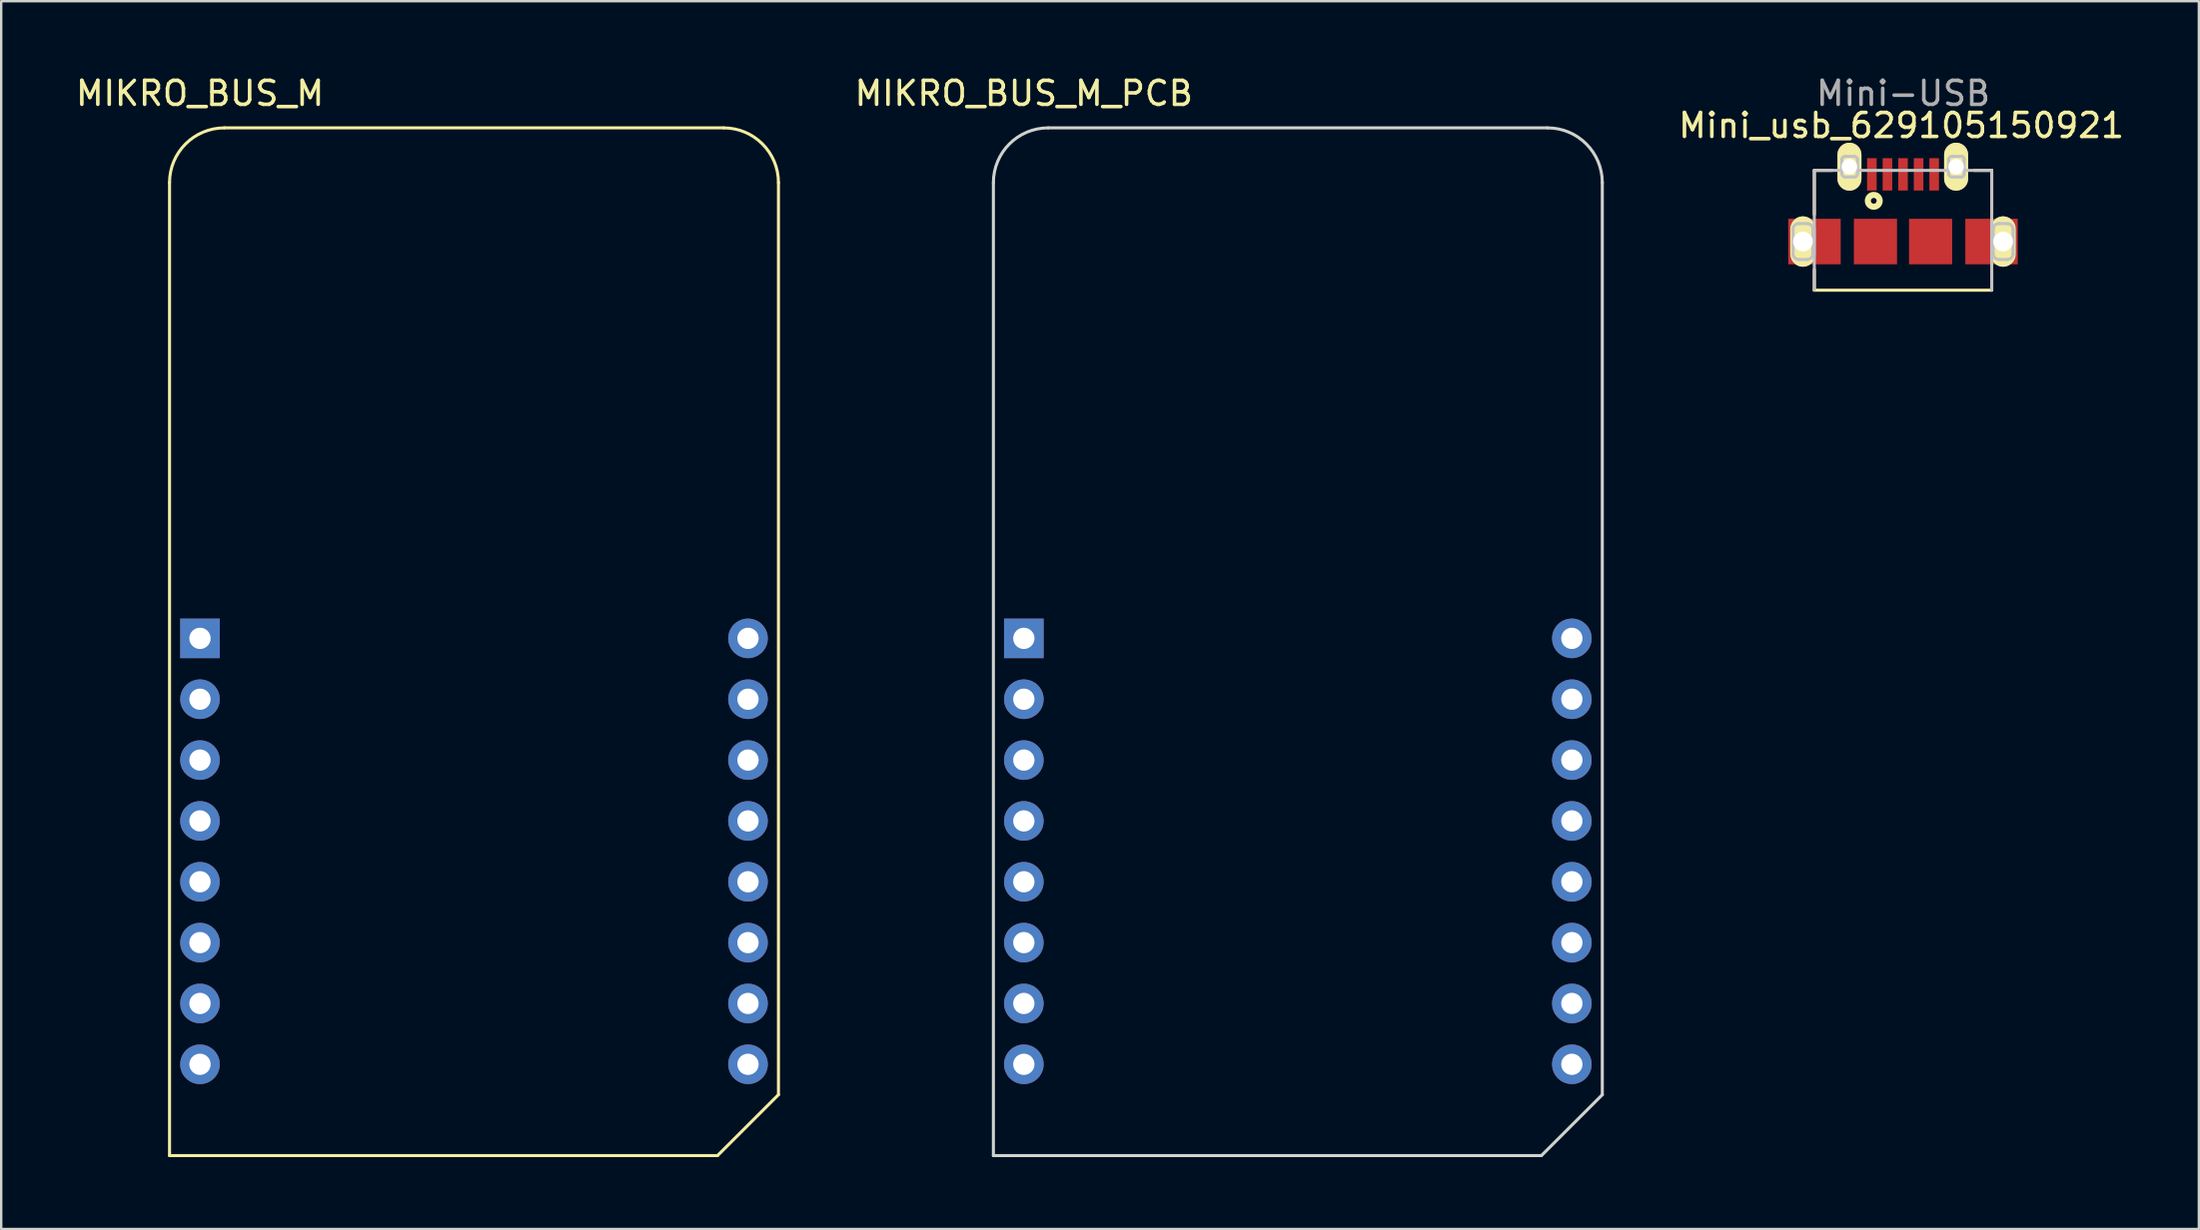
<source format=kicad_pcb>
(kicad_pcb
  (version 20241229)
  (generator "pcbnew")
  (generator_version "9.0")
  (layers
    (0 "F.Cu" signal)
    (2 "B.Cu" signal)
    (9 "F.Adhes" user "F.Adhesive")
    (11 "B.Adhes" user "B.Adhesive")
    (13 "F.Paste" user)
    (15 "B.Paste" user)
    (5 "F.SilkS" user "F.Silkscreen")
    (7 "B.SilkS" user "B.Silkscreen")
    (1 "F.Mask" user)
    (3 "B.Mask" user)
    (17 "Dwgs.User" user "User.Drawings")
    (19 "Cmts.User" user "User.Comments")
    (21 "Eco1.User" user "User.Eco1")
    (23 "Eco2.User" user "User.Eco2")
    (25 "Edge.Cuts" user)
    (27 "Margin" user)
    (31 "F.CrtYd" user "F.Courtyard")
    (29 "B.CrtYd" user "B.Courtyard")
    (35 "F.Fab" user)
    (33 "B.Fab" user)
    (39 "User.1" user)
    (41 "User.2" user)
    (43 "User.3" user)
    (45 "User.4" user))
  (footprint "Mini_usb_629105150921"
    (layer "F.Cu")
    (at 76.272 6.908)
    (property "Reference" "Mini_usb_629105150921" (at -0.01 -4.72 0) (layer "F.SilkS") (effects (font (size 1 1) (thickness 0.15))))
    (attr smd)
    (fp_line (start -3.64 -2.845) (end -3.64 -1.005) (stroke (width 0.127) (type solid)) (layer "F.SilkS"))
    (fp_line (start -3.64 1.295) (end -3.64 2.155) (stroke (width 0.127) (type solid)) (layer "F.SilkS"))
    (fp_line (start -3.64 2.155) (end 3.76 2.155) (stroke (width 0.127) (type solid)) (layer "F.SilkS"))
    (fp_line (start -2.9 -2.845) (end -3.64 -2.845) (stroke (width 0.127) (type solid)) (layer "F.SilkS"))
    (fp_line (start 3.025 -2.845) (end 3.76 -2.845) (stroke (width 0.127) (type solid)) (layer "F.SilkS"))
    (fp_line (start 3.76 -2.845) (end 3.76 -1.015) (stroke (width 0.127) (type solid)) (layer "F.SilkS"))
    (fp_line (start 3.76 1.285) (end 3.76 2.155) (stroke (width 0.127) (type solid)) (layer "F.SilkS"))
    (fp_circle (center -1.16 -1.575) (end -1.04 -1.575) (stroke (width 0.254) (type solid)) (fill no) (layer "F.SilkS"))
    (fp_line (start -4.527 -0.395) (end -4.527 0.665) (stroke (width 0.127) (type solid)) (layer "Dwgs.User"))
    (fp_line (start -4.29 -0.625) (end -4.26 -0.625) (stroke (width 0.127) (type solid)) (layer "Dwgs.User"))
    (fp_line (start -4.29 0.875) (end -3.94 0.875) (stroke (width 0.127) (type solid)) (layer "Dwgs.User"))
    (fp_line (start -4.25 -0.625) (end -3.94 -0.625) (stroke (width 0.127) (type solid)) (layer "Dwgs.User"))
    (fp_line (start -3.703 -0.395) (end -3.703 0.655) (stroke (width 0.127) (type solid)) (layer "Dwgs.User"))
    (fp_line (start -3.64 -2.845) (end 3.76 -2.845) (stroke (width 0.127) (type solid)) (layer "Dwgs.User"))
    (fp_line (start -3.64 2.155) (end -3.64 -2.845) (stroke (width 0.127) (type solid)) (layer "Dwgs.User"))
    (fp_line (start -2.49 -3.3) (end -2.49 -2.7) (stroke (width 0.127) (type solid)) (layer "Dwgs.User"))
    (fp_line (start -2.36 -3.43) (end -1.97 -3.43) (stroke (width 0.127) (type solid)) (layer "Dwgs.User"))
    (fp_line (start -2.36 -2.57) (end -1.97 -2.57) (stroke (width 0.127) (type solid)) (layer "Dwgs.User"))
    (fp_line (start -1.84 -3.3) (end -1.84 -2.7) (stroke (width 0.127) (type solid)) (layer "Dwgs.User"))
    (fp_line (start 1.96 -3.3) (end 1.96 -2.7) (stroke (width 0.127) (type solid)) (layer "Dwgs.User"))
    (fp_line (start 2.12 -3.43) (end 2.51 -3.43) (stroke (width 0.127) (type solid)) (layer "Dwgs.User"))
    (fp_line (start 2.12 -2.57) (end 2.51 -2.57) (stroke (width 0.127) (type solid)) (layer "Dwgs.User"))
    (fp_line (start 2.61 -3.3) (end 2.61 -2.7) (stroke (width 0.127) (type solid)) (layer "Dwgs.User"))
    (fp_line (start 3.76 2.155) (end 3.76 -2.845) (stroke (width 0.127) (type solid)) (layer "Dwgs.User"))
    (fp_line (start 3.822 -0.395) (end 3.822 0.665) (stroke (width 0.127) (type solid)) (layer "Dwgs.User"))
    (fp_line (start 4.06 -0.625) (end 4.09 -0.625) (stroke (width 0.127) (type solid)) (layer "Dwgs.User"))
    (fp_line (start 4.06 0.875) (end 4.41 0.875) (stroke (width 0.127) (type solid)) (layer "Dwgs.User"))
    (fp_line (start 4.1 -0.625) (end 4.41 -0.625) (stroke (width 0.127) (type solid)) (layer "Dwgs.User"))
    (fp_line (start 4.647 -0.395) (end 4.647 0.655) (stroke (width 0.127) (type solid)) (layer "Dwgs.User"))
    (fp_arc (start -4.53 -0.385) (mid -4.459706 -0.554706) (end -4.29 -0.625) (stroke (width 0.127) (type solid)) (layer "Dwgs.User"))
    (fp_arc (start -4.29 0.875) (mid -4.459706 0.804706) (end -4.53 0.635) (stroke (width 0.127) (type solid)) (layer "Dwgs.User"))
    (fp_arc (start -3.94 -0.625) (mid -3.770294 -0.554706) (end -3.7 -0.385) (stroke (width 0.127) (type solid)) (layer "Dwgs.User"))
    (fp_arc (start -3.7 0.635) (mid -3.770294 0.804706) (end -3.94 0.875) (stroke (width 0.127) (type solid)) (layer "Dwgs.User"))
    (fp_arc (start -2.49 -3.3) (mid -2.451924 -3.391924) (end -2.36 -3.43) (stroke (width 0.127) (type solid)) (layer "Dwgs.User"))
    (fp_arc (start -2.36 -2.57) (mid -2.451924 -2.608076) (end -2.49 -2.7) (stroke (width 0.127) (type solid)) (layer "Dwgs.User"))
    (fp_arc (start -1.97 -3.43) (mid -1.878076 -3.391924) (end -1.84 -3.3) (stroke (width 0.127) (type solid)) (layer "Dwgs.User"))
    (fp_arc (start -1.84 -2.7) (mid -1.878076 -2.608076) (end -1.97 -2.57) (stroke (width 0.127) (type solid)) (layer "Dwgs.User"))
    (fp_arc (start 1.96 -3.3) (mid 2.013076 -3.398137) (end 2.12 -3.43) (stroke (width 0.127) (type solid)) (layer "Dwgs.User"))
    (fp_arc (start 2.12 -2.57) (mid 2.013076 -2.601863) (end 1.96 -2.7) (stroke (width 0.127) (type solid)) (layer "Dwgs.User"))
    (fp_arc (start 2.51 -3.43) (mid 2.586924 -3.385711) (end 2.61 -3.3) (stroke (width 0.127) (type solid)) (layer "Dwgs.User"))
    (fp_arc (start 2.61 -2.7) (mid 2.586924 -2.614289) (end 2.51 -2.57) (stroke (width 0.127) (type solid)) (layer "Dwgs.User"))
    (fp_arc (start 3.82 -0.385) (mid 3.890294 -0.554706) (end 4.06 -0.625) (stroke (width 0.127) (type solid)) (layer "Dwgs.User"))
    (fp_arc (start 4.06 0.875) (mid 3.890294 0.804706) (end 3.82 0.635) (stroke (width 0.127) (type solid)) (layer "Dwgs.User"))
    (fp_arc (start 4.41 -0.625) (mid 4.579706 -0.554706) (end 4.65 -0.385) (stroke (width 0.127) (type solid)) (layer "Dwgs.User"))
    (fp_arc (start 4.65 0.635) (mid 4.579706 0.804706) (end 4.41 0.875) (stroke (width 0.127) (type solid)) (layer "Dwgs.User"))
    (fp_text user "Mini-USB" (at 0.07 -6.06 0) (layer "F.Fab") (effects (font (size 1 1) (thickness 0.15))))
    (pad "1" smd rect (at -1.24 -2.68) (size 0.4 1.35) (layers "F.Cu" "F.Mask" "F.Paste"))
    (pad "2" smd rect (at -0.59 -2.68) (size 0.4 1.35) (layers "F.Cu" "F.Mask" "F.Paste"))
    (pad "3" smd rect (at 0.06 -2.68) (size 0.4 1.35) (layers "F.Cu" "F.Mask" "F.Paste"))
    (pad "4" smd rect (at 0.71 -2.68) (size 0.4 1.35) (layers "F.Cu" "F.Mask" "F.Paste"))
    (pad "5" smd rect (at 1.36 -2.68) (size 0.4 1.35) (layers "F.Cu" "F.Mask" "F.Paste"))
    (pad "SGEL" smd rect (at 1.21 0.125 180) (size 1.8 1.9) (layers "F.Cu" "F.Mask" "F.Paste"))
    (pad "SHEL" thru_hole oval (at -4.115 0.125 90) (size 2.1 1.05) (drill 0.825) (layers "*.Cu" "*.Mask" "F.SilkS"))
    (pad "SHEL" smd rect (at -3.632 0.125) (size 2.185 1.9) (layers "F.Cu" "F.Mask" "F.Paste"))
    (pad "SHEL" thru_hole oval (at -2.175 -3 90) (size 2 1) (drill 0.65) (layers "*.Cu" "*.Mask" "F.SilkS"))
    (pad "SHEL" smd rect (at -1.09 0.125 180) (size 1.8 1.9) (layers "F.Cu" "F.Mask" "F.Paste"))
    (pad "SHEL" thru_hole oval (at 2.275 -3 90) (size 2 1) (drill 0.65) (layers "*.Cu" "*.Mask" "F.SilkS"))
    (pad "SHEL" smd rect (at 3.752 0.125) (size 2.185 1.9) (layers "F.Cu" "F.Mask" "F.Paste"))
    (pad "SHEL" thru_hole oval (at 4.235 0.125 90) (size 2.1 1.05) (drill 0.825) (layers "*.Cu" "*.Mask" "F.SilkS")))
  (footprint "MIKRO_BUS_M"
    (layer "F.Cu")
    (at 5.292 41.378)
    (property "Reference" "MIKRO_BUS_M" (at 0 -40.53 0) (layer "F.SilkS") (effects (font (size 1 1) (thickness 0.15))))
    (attr through_hole)
    (fp_line (start -1.27 3.81) (end -1.27 -36.804) (stroke (width 0.127) (type solid)) (layer "F.SilkS"))
    (fp_line (start -1.27 3.81) (end 21.59 3.81) (stroke (width 0.127) (type solid)) (layer "F.SilkS"))
    (fp_line (start 1.016 -39.09) (end 21.844 -39.09) (stroke (width 0.127) (type solid)) (layer "F.SilkS"))
    (fp_line (start 24.13 1.27) (end 21.59 3.81) (stroke (width 0.127) (type solid)) (layer "F.SilkS"))
    (fp_line (start 24.13 1.27) (end 24.13 -36.804) (stroke (width 0.127) (type solid)) (layer "F.SilkS"))
    (fp_arc (start -1.27 -36.804) (mid -0.600446 -38.420446) (end 1.016 -39.09) (stroke (width 0.127) (type solid)) (layer "F.SilkS"))
    (fp_arc (start 21.844 -39.09) (mid 23.460446 -38.420446) (end 24.13 -36.804) (stroke (width 0.127) (type solid)) (layer "F.SilkS"))
    (pad "1" thru_hole rect (at 0 -17.78) (size 1.651 1.651) (drill 0.889) (layers "*.Cu" "*.Mask"))
    (pad "2" thru_hole circle (at 0 -15.24) (size 1.651 1.651) (drill 0.889) (layers "*.Cu" "*.Mask"))
    (pad "3" thru_hole circle (at 0 -12.7) (size 1.651 1.651) (drill 0.889) (layers "*.Cu" "*.Mask"))
    (pad "4" thru_hole circle (at 0 -10.16) (size 1.651 1.651) (drill 0.889) (layers "*.Cu" "*.Mask"))
    (pad "5" thru_hole circle (at 0 -7.62) (size 1.651 1.651) (drill 0.889) (layers "*.Cu" "*.Mask"))
    (pad "6" thru_hole circle (at 0 -5.08) (size 1.651 1.651) (drill 0.889) (layers "*.Cu" "*.Mask"))
    (pad "7" thru_hole circle (at 0 -2.54) (size 1.651 1.651) (drill 0.889) (layers "*.Cu" "*.Mask"))
    (pad "8" thru_hole circle (at 0 0) (size 1.651 1.651) (drill 0.889) (layers "*.Cu" "*.Mask"))
    (pad "9" thru_hole circle (at 22.86 0) (size 1.651 1.651) (drill 0.889) (layers "*.Cu" "*.Mask"))
    (pad "10" thru_hole circle (at 22.86 -2.54) (size 1.651 1.651) (drill 0.889) (layers "*.Cu" "*.Mask"))
    (pad "11" thru_hole circle (at 22.86 -5.08) (size 1.651 1.651) (drill 0.889) (layers "*.Cu" "*.Mask"))
    (pad "12" thru_hole circle (at 22.86 -7.62) (size 1.651 1.651) (drill 0.889) (layers "*.Cu" "*.Mask"))
    (pad "13" thru_hole circle (at 22.86 -10.16) (size 1.651 1.651) (drill 0.889) (layers "*.Cu" "*.Mask"))
    (pad "14" thru_hole circle (at 22.86 -12.7) (size 1.651 1.651) (drill 0.889) (layers "*.Cu" "*.Mask"))
    (pad "15" thru_hole circle (at 22.86 -15.24) (size 1.651 1.651) (drill 0.889) (layers "*.Cu" "*.Mask"))
    (pad "16" thru_hole circle (at 22.86 -17.78) (size 1.651 1.651) (drill 0.889) (layers "*.Cu" "*.Mask")))
  (footprint "MIKRO_BUS_M_PCB"
    (layer "F.Cu")
    (at 39.658 41.378)
    (property "Reference" "MIKRO_BUS_M_PCB" (at 0 -40.53 0) (layer "F.SilkS") (effects (font (size 1 1) (thickness 0.15))))
    (attr through_hole)
    (fp_line (start -1.27 3.81) (end -1.27 -36.804) (stroke (width 0.127) (type solid)) (layer "Edge.Cuts"))
    (fp_line (start -1.27 3.81) (end 21.59 3.81) (stroke (width 0.127) (type solid)) (layer "Edge.Cuts"))
    (fp_line (start 1.016 -39.09) (end 21.844 -39.09) (stroke (width 0.127) (type solid)) (layer "Edge.Cuts"))
    (fp_line (start 24.13 1.27) (end 21.59 3.81) (stroke (width 0.127) (type solid)) (layer "Edge.Cuts"))
    (fp_line (start 24.13 1.27) (end 24.13 -36.804) (stroke (width 0.127) (type solid)) (layer "Edge.Cuts"))
    (fp_arc (start -1.27 -36.804) (mid -0.600446 -38.420446) (end 1.016 -39.09) (stroke (width 0.127) (type solid)) (layer "Edge.Cuts"))
    (fp_arc (start 21.844 -39.09) (mid 23.460446 -38.420446) (end 24.13 -36.804) (stroke (width 0.127) (type solid)) (layer "Edge.Cuts"))
    (pad "1" thru_hole rect (at 0 -17.78) (size 1.651 1.651) (drill 0.889) (layers "*.Cu" "*.Mask"))
    (pad "2" thru_hole circle (at 0 -15.24) (size 1.651 1.651) (drill 0.889) (layers "*.Cu" "*.Mask"))
    (pad "3" thru_hole circle (at 0 -12.7) (size 1.651 1.651) (drill 0.889) (layers "*.Cu" "*.Mask"))
    (pad "4" thru_hole circle (at 0 -10.16) (size 1.651 1.651) (drill 0.889) (layers "*.Cu" "*.Mask"))
    (pad "5" thru_hole circle (at 0 -7.62) (size 1.651 1.651) (drill 0.889) (layers "*.Cu" "*.Mask"))
    (pad "6" thru_hole circle (at 0 -5.08) (size 1.651 1.651) (drill 0.889) (layers "*.Cu" "*.Mask"))
    (pad "7" thru_hole circle (at 0 -2.54) (size 1.651 1.651) (drill 0.889) (layers "*.Cu" "*.Mask"))
    (pad "8" thru_hole circle (at 0 0) (size 1.651 1.651) (drill 0.889) (layers "*.Cu" "*.Mask"))
    (pad "9" thru_hole circle (at 22.86 0) (size 1.651 1.651) (drill 0.889) (layers "*.Cu" "*.Mask"))
    (pad "10" thru_hole circle (at 22.86 -2.54) (size 1.651 1.651) (drill 0.889) (layers "*.Cu" "*.Mask"))
    (pad "11" thru_hole circle (at 22.86 -5.08) (size 1.651 1.651) (drill 0.889) (layers "*.Cu" "*.Mask"))
    (pad "12" thru_hole circle (at 22.86 -7.62) (size 1.651 1.651) (drill 0.889) (layers "*.Cu" "*.Mask"))
    (pad "13" thru_hole circle (at 22.86 -10.16) (size 1.651 1.651) (drill 0.889) (layers "*.Cu" "*.Mask"))
    (pad "14" thru_hole circle (at 22.86 -12.7) (size 1.651 1.651) (drill 0.889) (layers "*.Cu" "*.Mask"))
    (pad "15" thru_hole circle (at 22.86 -15.24) (size 1.651 1.651) (drill 0.889) (layers "*.Cu" "*.Mask"))
    (pad "16" thru_hole circle (at 22.86 -17.78) (size 1.651 1.651) (drill 0.889) (layers "*.Cu" "*.Mask")))
  (gr_rect
    (start -3 -3)
    (end 88.673 48.252)
    (stroke (width 0.1) (type default))
    (fill no)
    (layer "Edge.Cuts")))
</source>
